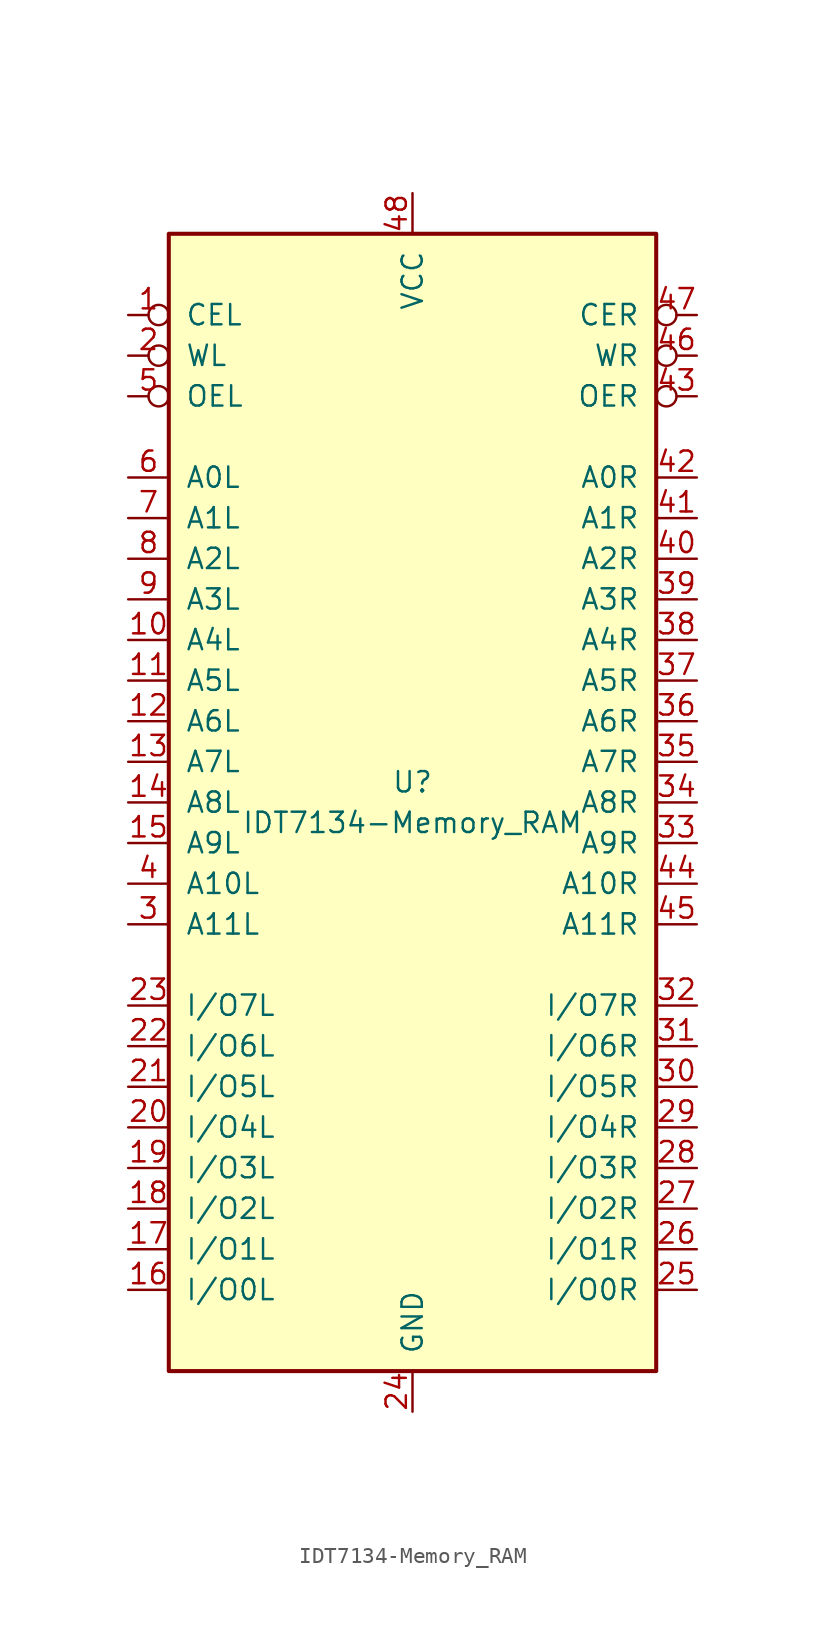
<source format=kicad_sym>
(kicad_symbol_lib
  (version 20220914)
  (generator kicad_symbol_editor)
  (symbol "IDT7134-Memory_RAM"
    (pin_names
      (offset 1.016))
    (property "Reference" "U"
      (at 0 -1.27 0)
      (effects (font (size 1.27 1.27))))
    (property "Value" "IDT7134-Memory_RAM"
      (at 0 -3.81 0)
      (effects (font (size 1.27 1.27))))
    (symbol "IDT7134-Memory_RAM_1_1"
      (rectangle (start -15.24 -38.1) (end 15.24 33.02) (stroke (width 0.254) (type solid)) (fill (type background)))
      (pin input inverted (at -17.78 27.94 0) (length 2.54) (name "CEL" (effects (font (size 1.27 1.27)))) (number "1" (effects (font (size 1.27 1.27)))))
      (pin input line (at -17.78 7.62 0) (length 2.54) (name "A4L" (effects (font (size 1.27 1.27)))) (number "10" (effects (font (size 1.27 1.27)))))
      (pin input line (at -17.78 5.08 0) (length 2.54) (name "A5L" (effects (font (size 1.27 1.27)))) (number "11" (effects (font (size 1.27 1.27)))))
      (pin input line (at -17.78 2.54 0) (length 2.54) (name "A6L" (effects (font (size 1.27 1.27)))) (number "12" (effects (font (size 1.27 1.27)))))
      (pin input line (at -17.78 0 0) (length 2.54) (name "A7L" (effects (font (size 1.27 1.27)))) (number "13" (effects (font (size 1.27 1.27)))))
      (pin input line (at -17.78 -2.54 0) (length 2.54) (name "A8L" (effects (font (size 1.27 1.27)))) (number "14" (effects (font (size 1.27 1.27)))))
      (pin input line (at -17.78 -5.08 0) (length 2.54) (name "A9L" (effects (font (size 1.27 1.27)))) (number "15" (effects (font (size 1.27 1.27)))))
      (pin tri_state line (at -17.78 -33.02 0) (length 2.54) (name "I/O0L" (effects (font (size 1.27 1.27)))) (number "16" (effects (font (size 1.27 1.27)))))
      (pin tri_state line (at -17.78 -30.48 0) (length 2.54) (name "I/O1L" (effects (font (size 1.27 1.27)))) (number "17" (effects (font (size 1.27 1.27)))))
      (pin tri_state line (at -17.78 -27.94 0) (length 2.54) (name "I/O2L" (effects (font (size 1.27 1.27)))) (number "18" (effects (font (size 1.27 1.27)))))
      (pin tri_state line (at -17.78 -25.4 0) (length 2.54) (name "I/O3L" (effects (font (size 1.27 1.27)))) (number "19" (effects (font (size 1.27 1.27)))))
      (pin input inverted (at -17.78 25.4 0) (length 2.54) (name "WL" (effects (font (size 1.27 1.27)))) (number "2" (effects (font (size 1.27 1.27)))))
      (pin tri_state line (at -17.78 -22.86 0) (length 2.54) (name "I/O4L" (effects (font (size 1.27 1.27)))) (number "20" (effects (font (size 1.27 1.27)))))
      (pin tri_state line (at -17.78 -20.32 0) (length 2.54) (name "I/O5L" (effects (font (size 1.27 1.27)))) (number "21" (effects (font (size 1.27 1.27)))))
      (pin tri_state line (at -17.78 -17.78 0) (length 2.54) (name "I/O6L" (effects (font (size 1.27 1.27)))) (number "22" (effects (font (size 1.27 1.27)))))
      (pin tri_state line (at -17.78 -15.24 0) (length 2.54) (name "I/O7L" (effects (font (size 1.27 1.27)))) (number "23" (effects (font (size 1.27 1.27)))))
      (pin power_in line (at 0 -40.64 90) (length 2.54) (name "GND" (effects (font (size 1.27 1.27)))) (number "24" (effects (font (size 1.27 1.27)))))
      (pin tri_state line (at 17.78 -33.02 180) (length 2.54) (name "I/O0R" (effects (font (size 1.27 1.27)))) (number "25" (effects (font (size 1.27 1.27)))))
      (pin tri_state line (at 17.78 -30.48 180) (length 2.54) (name "I/O1R" (effects (font (size 1.27 1.27)))) (number "26" (effects (font (size 1.27 1.27)))))
      (pin tri_state line (at 17.78 -27.94 180) (length 2.54) (name "I/O2R" (effects (font (size 1.27 1.27)))) (number "27" (effects (font (size 1.27 1.27)))))
      (pin tri_state line (at 17.78 -25.4 180) (length 2.54) (name "I/O3R" (effects (font (size 1.27 1.27)))) (number "28" (effects (font (size 1.27 1.27)))))
      (pin tri_state line (at 17.78 -22.86 180) (length 2.54) (name "I/O4R" (effects (font (size 1.27 1.27)))) (number "29" (effects (font (size 1.27 1.27)))))
      (pin input line (at -17.78 -10.16 0) (length 2.54) (name "A11L" (effects (font (size 1.27 1.27)))) (number "3" (effects (font (size 1.27 1.27)))))
      (pin tri_state line (at 17.78 -20.32 180) (length 2.54) (name "I/O5R" (effects (font (size 1.27 1.27)))) (number "30" (effects (font (size 1.27 1.27)))))
      (pin tri_state line (at 17.78 -17.78 180) (length 2.54) (name "I/O6R" (effects (font (size 1.27 1.27)))) (number "31" (effects (font (size 1.27 1.27)))))
      (pin tri_state line (at 17.78 -15.24 180) (length 2.54) (name "I/O7R" (effects (font (size 1.27 1.27)))) (number "32" (effects (font (size 1.27 1.27)))))
      (pin input line (at 17.78 -5.08 180) (length 2.54) (name "A9R" (effects (font (size 1.27 1.27)))) (number "33" (effects (font (size 1.27 1.27)))))
      (pin input line (at 17.78 -2.54 180) (length 2.54) (name "A8R" (effects (font (size 1.27 1.27)))) (number "34" (effects (font (size 1.27 1.27)))))
      (pin input line (at 17.78 0 180) (length 2.54) (name "A7R" (effects (font (size 1.27 1.27)))) (number "35" (effects (font (size 1.27 1.27)))))
      (pin input line (at 17.78 2.54 180) (length 2.54) (name "A6R" (effects (font (size 1.27 1.27)))) (number "36" (effects (font (size 1.27 1.27)))))
      (pin input line (at 17.78 5.08 180) (length 2.54) (name "A5R" (effects (font (size 1.27 1.27)))) (number "37" (effects (font (size 1.27 1.27)))))
      (pin input line (at 17.78 7.62 180) (length 2.54) (name "A4R" (effects (font (size 1.27 1.27)))) (number "38" (effects (font (size 1.27 1.27)))))
      (pin input line (at 17.78 10.16 180) (length 2.54) (name "A3R" (effects (font (size 1.27 1.27)))) (number "39" (effects (font (size 1.27 1.27)))))
      (pin input line (at -17.78 -7.62 0) (length 2.54) (name "A10L" (effects (font (size 1.27 1.27)))) (number "4" (effects (font (size 1.27 1.27)))))
      (pin input line (at 17.78 12.7 180) (length 2.54) (name "A2R" (effects (font (size 1.27 1.27)))) (number "40" (effects (font (size 1.27 1.27)))))
      (pin input line (at 17.78 15.24 180) (length 2.54) (name "A1R" (effects (font (size 1.27 1.27)))) (number "41" (effects (font (size 1.27 1.27)))))
      (pin input line (at 17.78 17.78 180) (length 2.54) (name "A0R" (effects (font (size 1.27 1.27)))) (number "42" (effects (font (size 1.27 1.27)))))
      (pin input inverted (at 17.78 22.86 180) (length 2.54) (name "OER" (effects (font (size 1.27 1.27)))) (number "43" (effects (font (size 1.27 1.27)))))
      (pin input line (at 17.78 -7.62 180) (length 2.54) (name "A10R" (effects (font (size 1.27 1.27)))) (number "44" (effects (font (size 1.27 1.27)))))
      (pin input line (at 17.78 -10.16 180) (length 2.54) (name "A11R" (effects (font (size 1.27 1.27)))) (number "45" (effects (font (size 1.27 1.27)))))
      (pin input inverted (at 17.78 25.4 180) (length 2.54) (name "WR" (effects (font (size 1.27 1.27)))) (number "46" (effects (font (size 1.27 1.27)))))
      (pin input inverted (at 17.78 27.94 180) (length 2.54) (name "CER" (effects (font (size 1.27 1.27)))) (number "47" (effects (font (size 1.27 1.27)))))
      (pin power_in line (at 0 35.56 270) (length 2.54) (name "VCC" (effects (font (size 1.27 1.27)))) (number "48" (effects (font (size 1.27 1.27)))))
      (pin input inverted (at -17.78 22.86 0) (length 2.54) (name "OEL" (effects (font (size 1.27 1.27)))) (number "5" (effects (font (size 1.27 1.27)))))
      (pin input line (at -17.78 17.78 0) (length 2.54) (name "A0L" (effects (font (size 1.27 1.27)))) (number "6" (effects (font (size 1.27 1.27)))))
      (pin input line (at -17.78 15.24 0) (length 2.54) (name "A1L" (effects (font (size 1.27 1.27)))) (number "7" (effects (font (size 1.27 1.27)))))
      (pin input line (at -17.78 12.7 0) (length 2.54) (name "A2L" (effects (font (size 1.27 1.27)))) (number "8" (effects (font (size 1.27 1.27)))))
      (pin input line (at -17.78 10.16 0) (length 2.54) (name "A3L" (effects (font (size 1.27 1.27)))) (number "9" (effects (font (size 1.27 1.27))))))))
</source>
